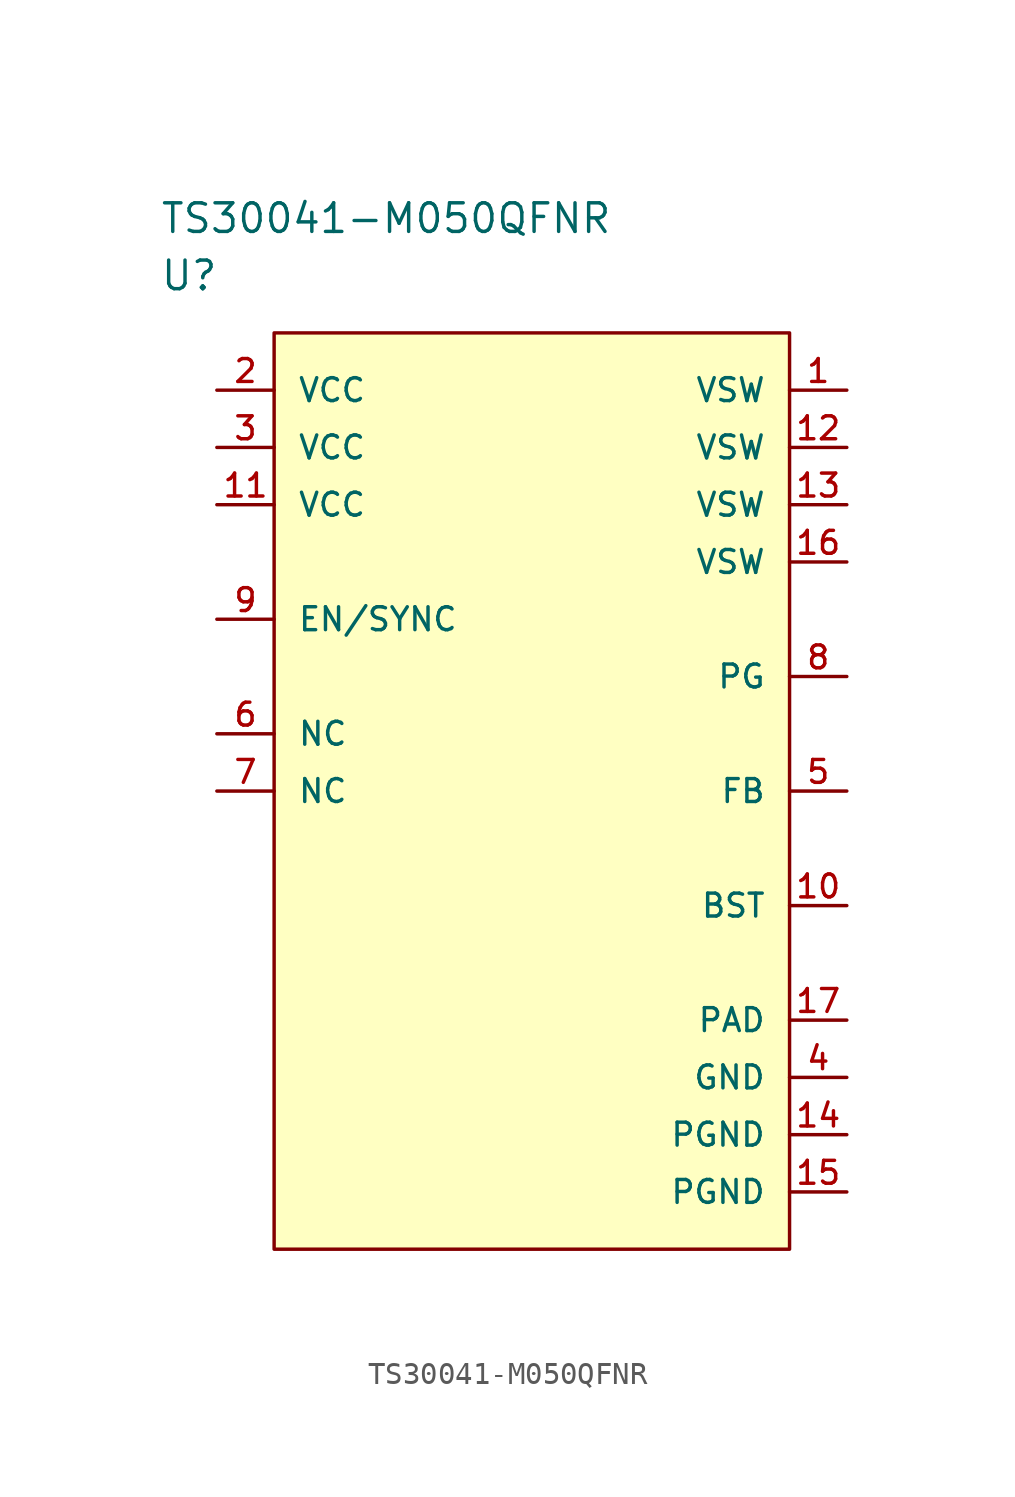
<source format=kicad_sym>
(kicad_symbol_lib
  (version 20211014)
  (generator kicad_symbol_editor)
  (symbol "TS30041-M050QFNR"
    (pin_names
      (offset 1.016))
    (property "Reference" "U"
      (at 0 5.08 0)
      (effects (font (size 1.27 1.27)) (justify left)))
    (property "Value" "TS30041-M050QFNR"
      (at 0 7.62 0)
      (effects (font (size 1.27 1.27)) (justify left)))
    (property "ki_locked" ""
      (at 0 0 0)
      (effects (font (size 1.27 1.27))))
    (symbol "TS30041-M050QFNR_1_1"
      (rectangle (start 5.08 2.54) (end 27.94 -38.1) (stroke (width 0) (type default) (color 0 0 0 0)) (fill (type background)))
      (pin output line (at 30.48 0 180) (length 2.54) (name "VSW" (effects (font (size 1.016 1.016)))) (number "1" (effects (font (size 1.016 1.016)))))
      (pin passive line (at 30.48 -22.86 180) (length 2.54) (name "BST" (effects (font (size 1.016 1.016)))) (number "10" (effects (font (size 1.016 1.016)))))
      (pin power_in line (at 2.54 -5.08 0) (length 2.54) (name "VCC" (effects (font (size 1.016 1.016)))) (number "11" (effects (font (size 1.016 1.016)))))
      (pin output line (at 30.48 -2.54 180) (length 2.54) (name "VSW" (effects (font (size 1.016 1.016)))) (number "12" (effects (font (size 1.016 1.016)))))
      (pin output line (at 30.48 -5.08 180) (length 2.54) (name "VSW" (effects (font (size 1.016 1.016)))) (number "13" (effects (font (size 1.016 1.016)))))
      (pin power_in line (at 30.48 -33.02 180) (length 2.54) (name "PGND" (effects (font (size 1.016 1.016)))) (number "14" (effects (font (size 1.016 1.016)))))
      (pin power_in line (at 30.48 -35.56 180) (length 2.54) (name "PGND" (effects (font (size 1.016 1.016)))) (number "15" (effects (font (size 1.016 1.016)))))
      (pin output line (at 30.48 -7.62 180) (length 2.54) (name "VSW" (effects (font (size 1.016 1.016)))) (number "16" (effects (font (size 1.016 1.016)))))
      (pin power_in line (at 30.48 -27.94 180) (length 2.54) (name "PAD" (effects (font (size 1.016 1.016)))) (number "17" (effects (font (size 1.016 1.016)))))
      (pin power_in line (at 2.54 0 0) (length 2.54) (name "VCC" (effects (font (size 1.016 1.016)))) (number "2" (effects (font (size 1.016 1.016)))))
      (pin power_in line (at 2.54 -2.54 0) (length 2.54) (name "VCC" (effects (font (size 1.016 1.016)))) (number "3" (effects (font (size 1.016 1.016)))))
      (pin power_in line (at 30.48 -30.48 180) (length 2.54) (name "GND" (effects (font (size 1.016 1.016)))) (number "4" (effects (font (size 1.016 1.016)))))
      (pin input line (at 30.48 -17.78 180) (length 2.54) (name "FB" (effects (font (size 1.016 1.016)))) (number "5" (effects (font (size 1.016 1.016)))))
      (pin passive line (at 2.54 -15.24 0) (length 2.54) (name "NC" (effects (font (size 1.016 1.016)))) (number "6" (effects (font (size 1.016 1.016)))))
      (pin passive line (at 2.54 -17.78 0) (length 2.54) (name "NC" (effects (font (size 1.016 1.016)))) (number "7" (effects (font (size 1.016 1.016)))))
      (pin open_collector line (at 30.48 -12.7 180) (length 2.54) (name "PG" (effects (font (size 1.016 1.016)))) (number "8" (effects (font (size 1.016 1.016)))))
      (pin input line (at 2.54 -10.16 0) (length 2.54) (name "EN/SYNC" (effects (font (size 1.016 1.016)))) (number "9" (effects (font (size 1.016 1.016))))))))
</source>
